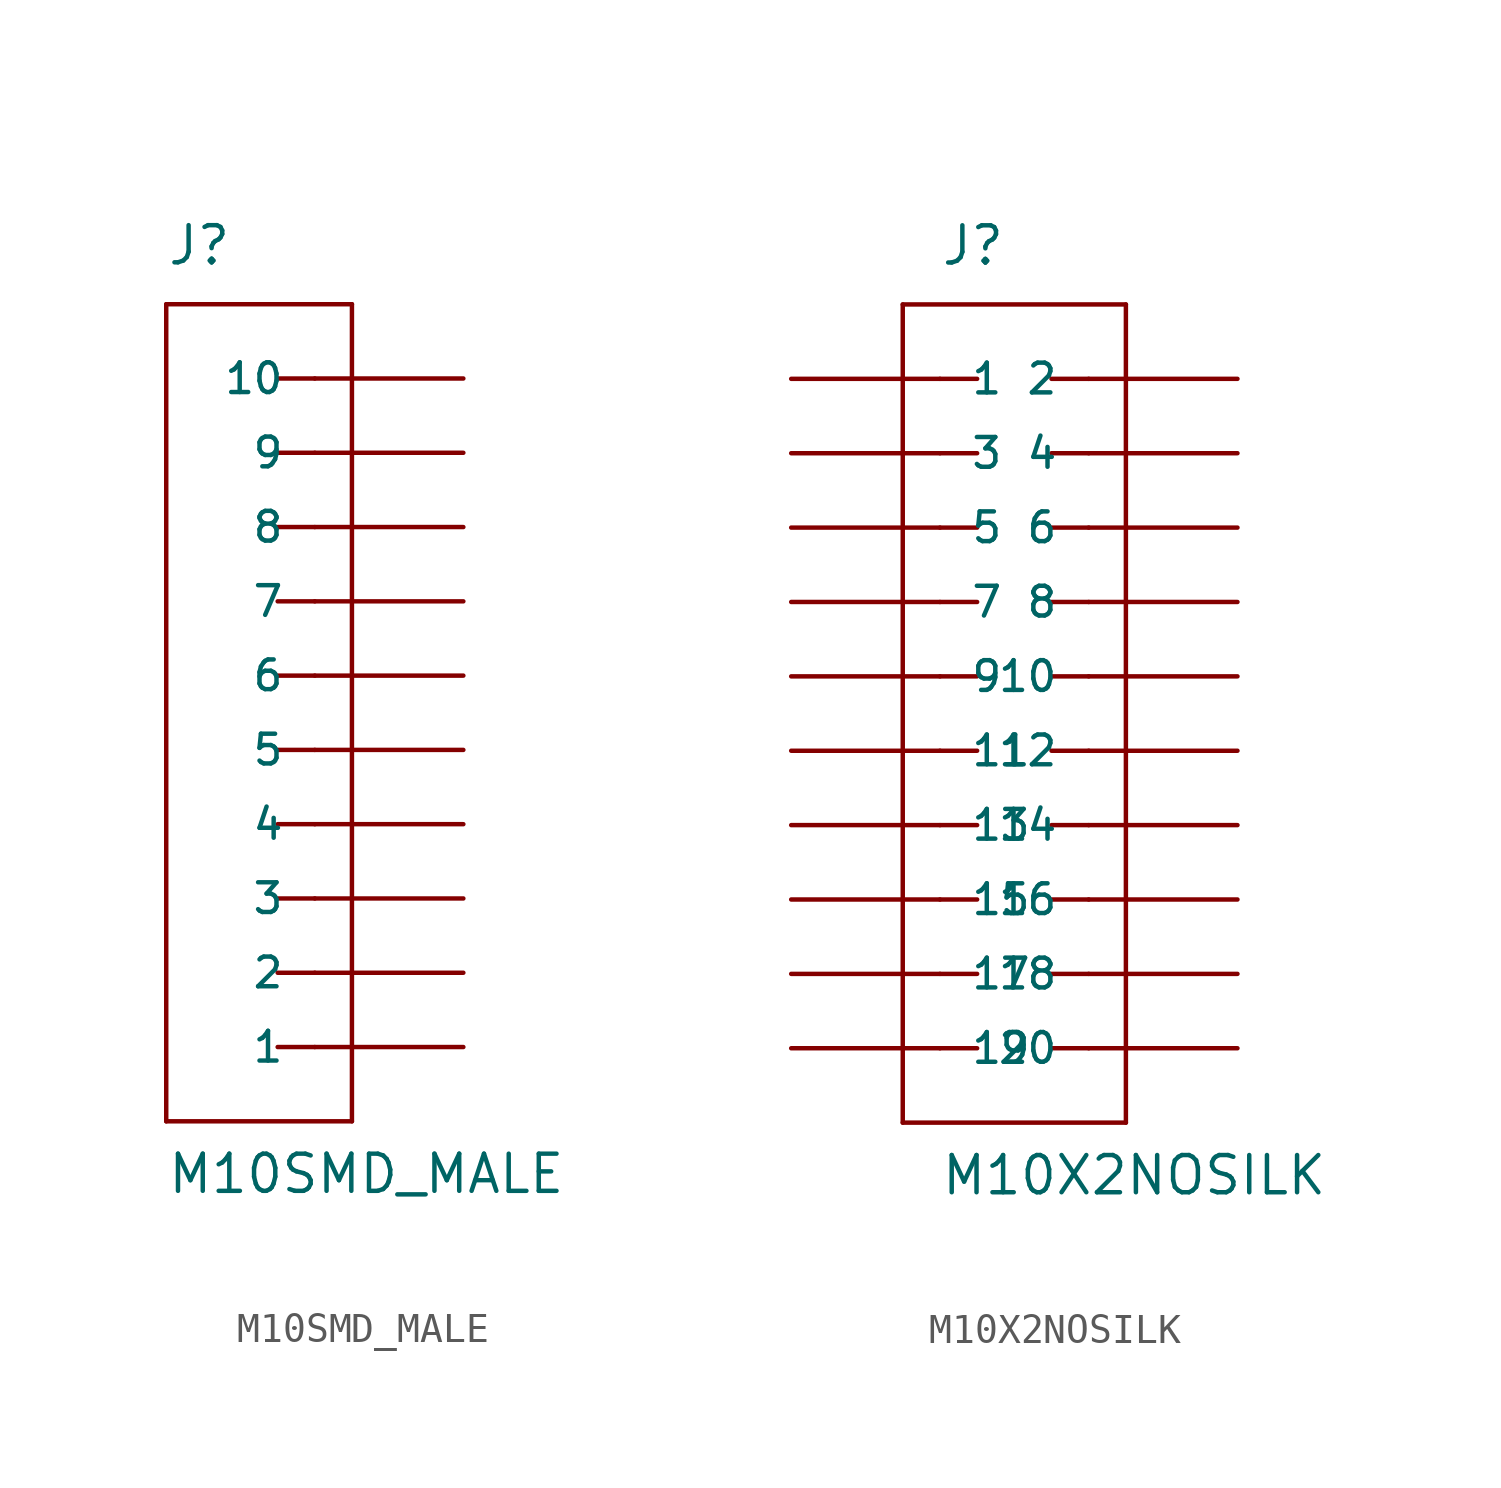
<source format=kicad_sym>
(kicad_symbol_lib
  (version 20211014)
  (generator kicad_symbol_editor)
  (symbol "M10SMD_MALE"
    (pin_numbers hide)
    (pin_names
      (offset 1.016))
    (property "Reference" "J"
      (at 0 8.89 0)
      (effects (font (size 1.27 1.27)) (justify left bottom)))
    (property "Value" "M10SMD_MALE"
      (at 0 -22.86 0)
      (effects (font (size 1.27 1.27)) (justify left bottom)))
    (property "Datasheet" ""
      (at 0 0 0)
      (effects (font (size 1.524 1.524))))
    (property "ki_locked" ""
      (at 0 0 0)
      (effects (font (size 1.27 1.27))))
    (symbol "M10SMD_MALE_1_0"
      (polyline (pts (xy 0 7.62) (xy 0 -20.32)) (stroke (width 0) (type default) (color 0 0 0 0)) (fill (type none)))
      (polyline (pts (xy 0 7.62) (xy 6.35 7.62)) (stroke (width 0) (type default) (color 0 0 0 0)) (fill (type none)))
      (polyline (pts (xy 3.81 -17.78) (xy 5.08 -17.78)) (stroke (width 0) (type default) (color 0 0 0 0)) (fill (type none)))
      (polyline (pts (xy 3.81 -15.24) (xy 5.08 -15.24)) (stroke (width 0) (type default) (color 0 0 0 0)) (fill (type none)))
      (polyline (pts (xy 3.81 -12.7) (xy 5.08 -12.7)) (stroke (width 0) (type default) (color 0 0 0 0)) (fill (type none)))
      (polyline (pts (xy 3.81 -10.16) (xy 5.08 -10.16)) (stroke (width 0) (type default) (color 0 0 0 0)) (fill (type none)))
      (polyline (pts (xy 3.81 -7.62) (xy 5.08 -7.62)) (stroke (width 0) (type default) (color 0 0 0 0)) (fill (type none)))
      (polyline (pts (xy 3.81 -5.08) (xy 5.08 -5.08)) (stroke (width 0) (type default) (color 0 0 0 0)) (fill (type none)))
      (polyline (pts (xy 3.81 -2.54) (xy 5.08 -2.54)) (stroke (width 0) (type default) (color 0 0 0 0)) (fill (type none)))
      (polyline (pts (xy 3.81 0) (xy 5.08 0)) (stroke (width 0) (type default) (color 0 0 0 0)) (fill (type none)))
      (polyline (pts (xy 3.81 2.54) (xy 5.08 2.54)) (stroke (width 0) (type default) (color 0 0 0 0)) (fill (type none)))
      (polyline (pts (xy 3.81 5.08) (xy 5.08 5.08)) (stroke (width 0) (type default) (color 0 0 0 0)) (fill (type none)))
      (polyline (pts (xy 6.35 -20.32) (xy 0 -20.32)) (stroke (width 0) (type default) (color 0 0 0 0)) (fill (type none)))
      (polyline (pts (xy 6.35 -20.32) (xy 6.35 7.62)) (stroke (width 0) (type default) (color 0 0 0 0)) (fill (type none))))
    (symbol "M10SMD_MALE_1_1"
      (pin passive line (at 10.16 -17.78 180) (length 5.08) (name "1" (effects (font (size 1.016 1.016)))) (number "1" (effects (font (size 1.016 1.016)))))
      (pin passive line (at 10.16 5.08 180) (length 5.08) (name "10" (effects (font (size 1.016 1.016)))) (number "10" (effects (font (size 1.016 1.016)))))
      (pin passive line (at 10.16 -15.24 180) (length 5.08) (name "2" (effects (font (size 1.016 1.016)))) (number "2" (effects (font (size 1.016 1.016)))))
      (pin passive line (at 10.16 -12.7 180) (length 5.08) (name "3" (effects (font (size 1.016 1.016)))) (number "3" (effects (font (size 1.016 1.016)))))
      (pin passive line (at 10.16 -10.16 180) (length 5.08) (name "4" (effects (font (size 1.016 1.016)))) (number "4" (effects (font (size 1.016 1.016)))))
      (pin passive line (at 10.16 -7.62 180) (length 5.08) (name "5" (effects (font (size 1.016 1.016)))) (number "5" (effects (font (size 1.016 1.016)))))
      (pin passive line (at 10.16 -5.08 180) (length 5.08) (name "6" (effects (font (size 1.016 1.016)))) (number "6" (effects (font (size 1.016 1.016)))))
      (pin passive line (at 10.16 -2.54 180) (length 5.08) (name "7" (effects (font (size 1.016 1.016)))) (number "7" (effects (font (size 1.016 1.016)))))
      (pin passive line (at 10.16 0 180) (length 5.08) (name "8" (effects (font (size 1.016 1.016)))) (number "8" (effects (font (size 1.016 1.016)))))
      (pin passive line (at 10.16 2.54 180) (length 5.08) (name "9" (effects (font (size 1.016 1.016)))) (number "9" (effects (font (size 1.016 1.016)))))))
  (symbol "M10X2NOSILK"
    (pin_numbers hide)
    (pin_names
      (offset 1.016))
    (property "Reference" "J"
      (at -2.54 13.97 0)
      (effects (font (size 1.27 1.27)) (justify left bottom)))
    (property "Value" "M10X2NOSILK"
      (at -2.54 -17.78 0)
      (effects (font (size 1.27 1.27)) (justify left bottom)))
    (property "Datasheet" ""
      (at 0 0 0)
      (effects (font (size 1.524 1.524))))
    (property "ki_locked" ""
      (at 0 0 0)
      (effects (font (size 1.27 1.27))))
    (symbol "M10X2NOSILK_1_0"
      (polyline (pts (xy -3.81 12.7) (xy -3.81 -15.24)) (stroke (width 0) (type default) (color 0 0 0 0)) (fill (type none)))
      (polyline (pts (xy -3.81 12.7) (xy 3.81 12.7)) (stroke (width 0) (type default) (color 0 0 0 0)) (fill (type none)))
      (polyline (pts (xy -1.27 -12.7) (xy -2.54 -12.7)) (stroke (width 0) (type default) (color 0 0 0 0)) (fill (type none)))
      (polyline (pts (xy -1.27 -10.16) (xy -2.54 -10.16)) (stroke (width 0) (type default) (color 0 0 0 0)) (fill (type none)))
      (polyline (pts (xy -1.27 -7.62) (xy -2.54 -7.62)) (stroke (width 0) (type default) (color 0 0 0 0)) (fill (type none)))
      (polyline (pts (xy -1.27 -5.08) (xy -2.54 -5.08)) (stroke (width 0) (type default) (color 0 0 0 0)) (fill (type none)))
      (polyline (pts (xy -1.27 -2.54) (xy -2.54 -2.54)) (stroke (width 0) (type default) (color 0 0 0 0)) (fill (type none)))
      (polyline (pts (xy -1.27 0) (xy -2.54 0)) (stroke (width 0) (type default) (color 0 0 0 0)) (fill (type none)))
      (polyline (pts (xy -1.27 2.54) (xy -2.54 2.54)) (stroke (width 0) (type default) (color 0 0 0 0)) (fill (type none)))
      (polyline (pts (xy -1.27 5.08) (xy -2.54 5.08)) (stroke (width 0) (type default) (color 0 0 0 0)) (fill (type none)))
      (polyline (pts (xy -1.27 7.62) (xy -2.54 7.62)) (stroke (width 0) (type default) (color 0 0 0 0)) (fill (type none)))
      (polyline (pts (xy -1.27 10.16) (xy -2.54 10.16)) (stroke (width 0) (type default) (color 0 0 0 0)) (fill (type none)))
      (polyline (pts (xy 1.27 -12.7) (xy 2.54 -12.7)) (stroke (width 0) (type default) (color 0 0 0 0)) (fill (type none)))
      (polyline (pts (xy 1.27 -10.16) (xy 2.54 -10.16)) (stroke (width 0) (type default) (color 0 0 0 0)) (fill (type none)))
      (polyline (pts (xy 1.27 -7.62) (xy 2.54 -7.62)) (stroke (width 0) (type default) (color 0 0 0 0)) (fill (type none)))
      (polyline (pts (xy 1.27 -5.08) (xy 2.54 -5.08)) (stroke (width 0) (type default) (color 0 0 0 0)) (fill (type none)))
      (polyline (pts (xy 1.27 -2.54) (xy 2.54 -2.54)) (stroke (width 0) (type default) (color 0 0 0 0)) (fill (type none)))
      (polyline (pts (xy 1.27 0) (xy 2.54 0)) (stroke (width 0) (type default) (color 0 0 0 0)) (fill (type none)))
      (polyline (pts (xy 1.27 2.54) (xy 2.54 2.54)) (stroke (width 0) (type default) (color 0 0 0 0)) (fill (type none)))
      (polyline (pts (xy 1.27 5.08) (xy 2.54 5.08)) (stroke (width 0) (type default) (color 0 0 0 0)) (fill (type none)))
      (polyline (pts (xy 1.27 7.62) (xy 2.54 7.62)) (stroke (width 0) (type default) (color 0 0 0 0)) (fill (type none)))
      (polyline (pts (xy 1.27 10.16) (xy 2.54 10.16)) (stroke (width 0) (type default) (color 0 0 0 0)) (fill (type none)))
      (polyline (pts (xy 3.81 -15.24) (xy -3.81 -15.24)) (stroke (width 0) (type default) (color 0 0 0 0)) (fill (type none)))
      (polyline (pts (xy 3.81 -15.24) (xy 3.81 12.7)) (stroke (width 0) (type default) (color 0 0 0 0)) (fill (type none))))
    (symbol "M10X2NOSILK_1_1"
      (pin passive line (at -7.62 10.16 0) (length 5.08) (name "1" (effects (font (size 1.016 1.016)))) (number "1" (effects (font (size 1.016 1.016)))))
      (pin passive line (at 7.62 0 180) (length 5.08) (name "10" (effects (font (size 1.016 1.016)))) (number "10" (effects (font (size 1.016 1.016)))))
      (pin passive line (at -7.62 -2.54 0) (length 5.08) (name "11" (effects (font (size 1.016 1.016)))) (number "11" (effects (font (size 1.016 1.016)))))
      (pin passive line (at 7.62 -2.54 180) (length 5.08) (name "12" (effects (font (size 1.016 1.016)))) (number "12" (effects (font (size 1.016 1.016)))))
      (pin passive line (at -7.62 -5.08 0) (length 5.08) (name "13" (effects (font (size 1.016 1.016)))) (number "13" (effects (font (size 1.016 1.016)))))
      (pin passive line (at 7.62 -5.08 180) (length 5.08) (name "14" (effects (font (size 1.016 1.016)))) (number "14" (effects (font (size 1.016 1.016)))))
      (pin passive line (at -7.62 -7.62 0) (length 5.08) (name "15" (effects (font (size 1.016 1.016)))) (number "15" (effects (font (size 1.016 1.016)))))
      (pin passive line (at 7.62 -7.62 180) (length 5.08) (name "16" (effects (font (size 1.016 1.016)))) (number "16" (effects (font (size 1.016 1.016)))))
      (pin passive line (at -7.62 -10.16 0) (length 5.08) (name "17" (effects (font (size 1.016 1.016)))) (number "17" (effects (font (size 1.016 1.016)))))
      (pin passive line (at 7.62 -10.16 180) (length 5.08) (name "18" (effects (font (size 1.016 1.016)))) (number "18" (effects (font (size 1.016 1.016)))))
      (pin passive line (at -7.62 -12.7 0) (length 5.08) (name "19" (effects (font (size 1.016 1.016)))) (number "19" (effects (font (size 1.016 1.016)))))
      (pin passive line (at 7.62 10.16 180) (length 5.08) (name "2" (effects (font (size 1.016 1.016)))) (number "2" (effects (font (size 1.016 1.016)))))
      (pin passive line (at 7.62 -12.7 180) (length 5.08) (name "20" (effects (font (size 1.016 1.016)))) (number "20" (effects (font (size 1.016 1.016)))))
      (pin passive line (at -7.62 7.62 0) (length 5.08) (name "3" (effects (font (size 1.016 1.016)))) (number "3" (effects (font (size 1.016 1.016)))))
      (pin passive line (at 7.62 7.62 180) (length 5.08) (name "4" (effects (font (size 1.016 1.016)))) (number "4" (effects (font (size 1.016 1.016)))))
      (pin passive line (at -7.62 5.08 0) (length 5.08) (name "5" (effects (font (size 1.016 1.016)))) (number "5" (effects (font (size 1.016 1.016)))))
      (pin passive line (at 7.62 5.08 180) (length 5.08) (name "6" (effects (font (size 1.016 1.016)))) (number "6" (effects (font (size 1.016 1.016)))))
      (pin passive line (at -7.62 2.54 0) (length 5.08) (name "7" (effects (font (size 1.016 1.016)))) (number "7" (effects (font (size 1.016 1.016)))))
      (pin passive line (at 7.62 2.54 180) (length 5.08) (name "8" (effects (font (size 1.016 1.016)))) (number "8" (effects (font (size 1.016 1.016)))))
      (pin passive line (at -7.62 0 0) (length 5.08) (name "9" (effects (font (size 1.016 1.016)))) (number "9" (effects (font (size 1.016 1.016))))))))
</source>
